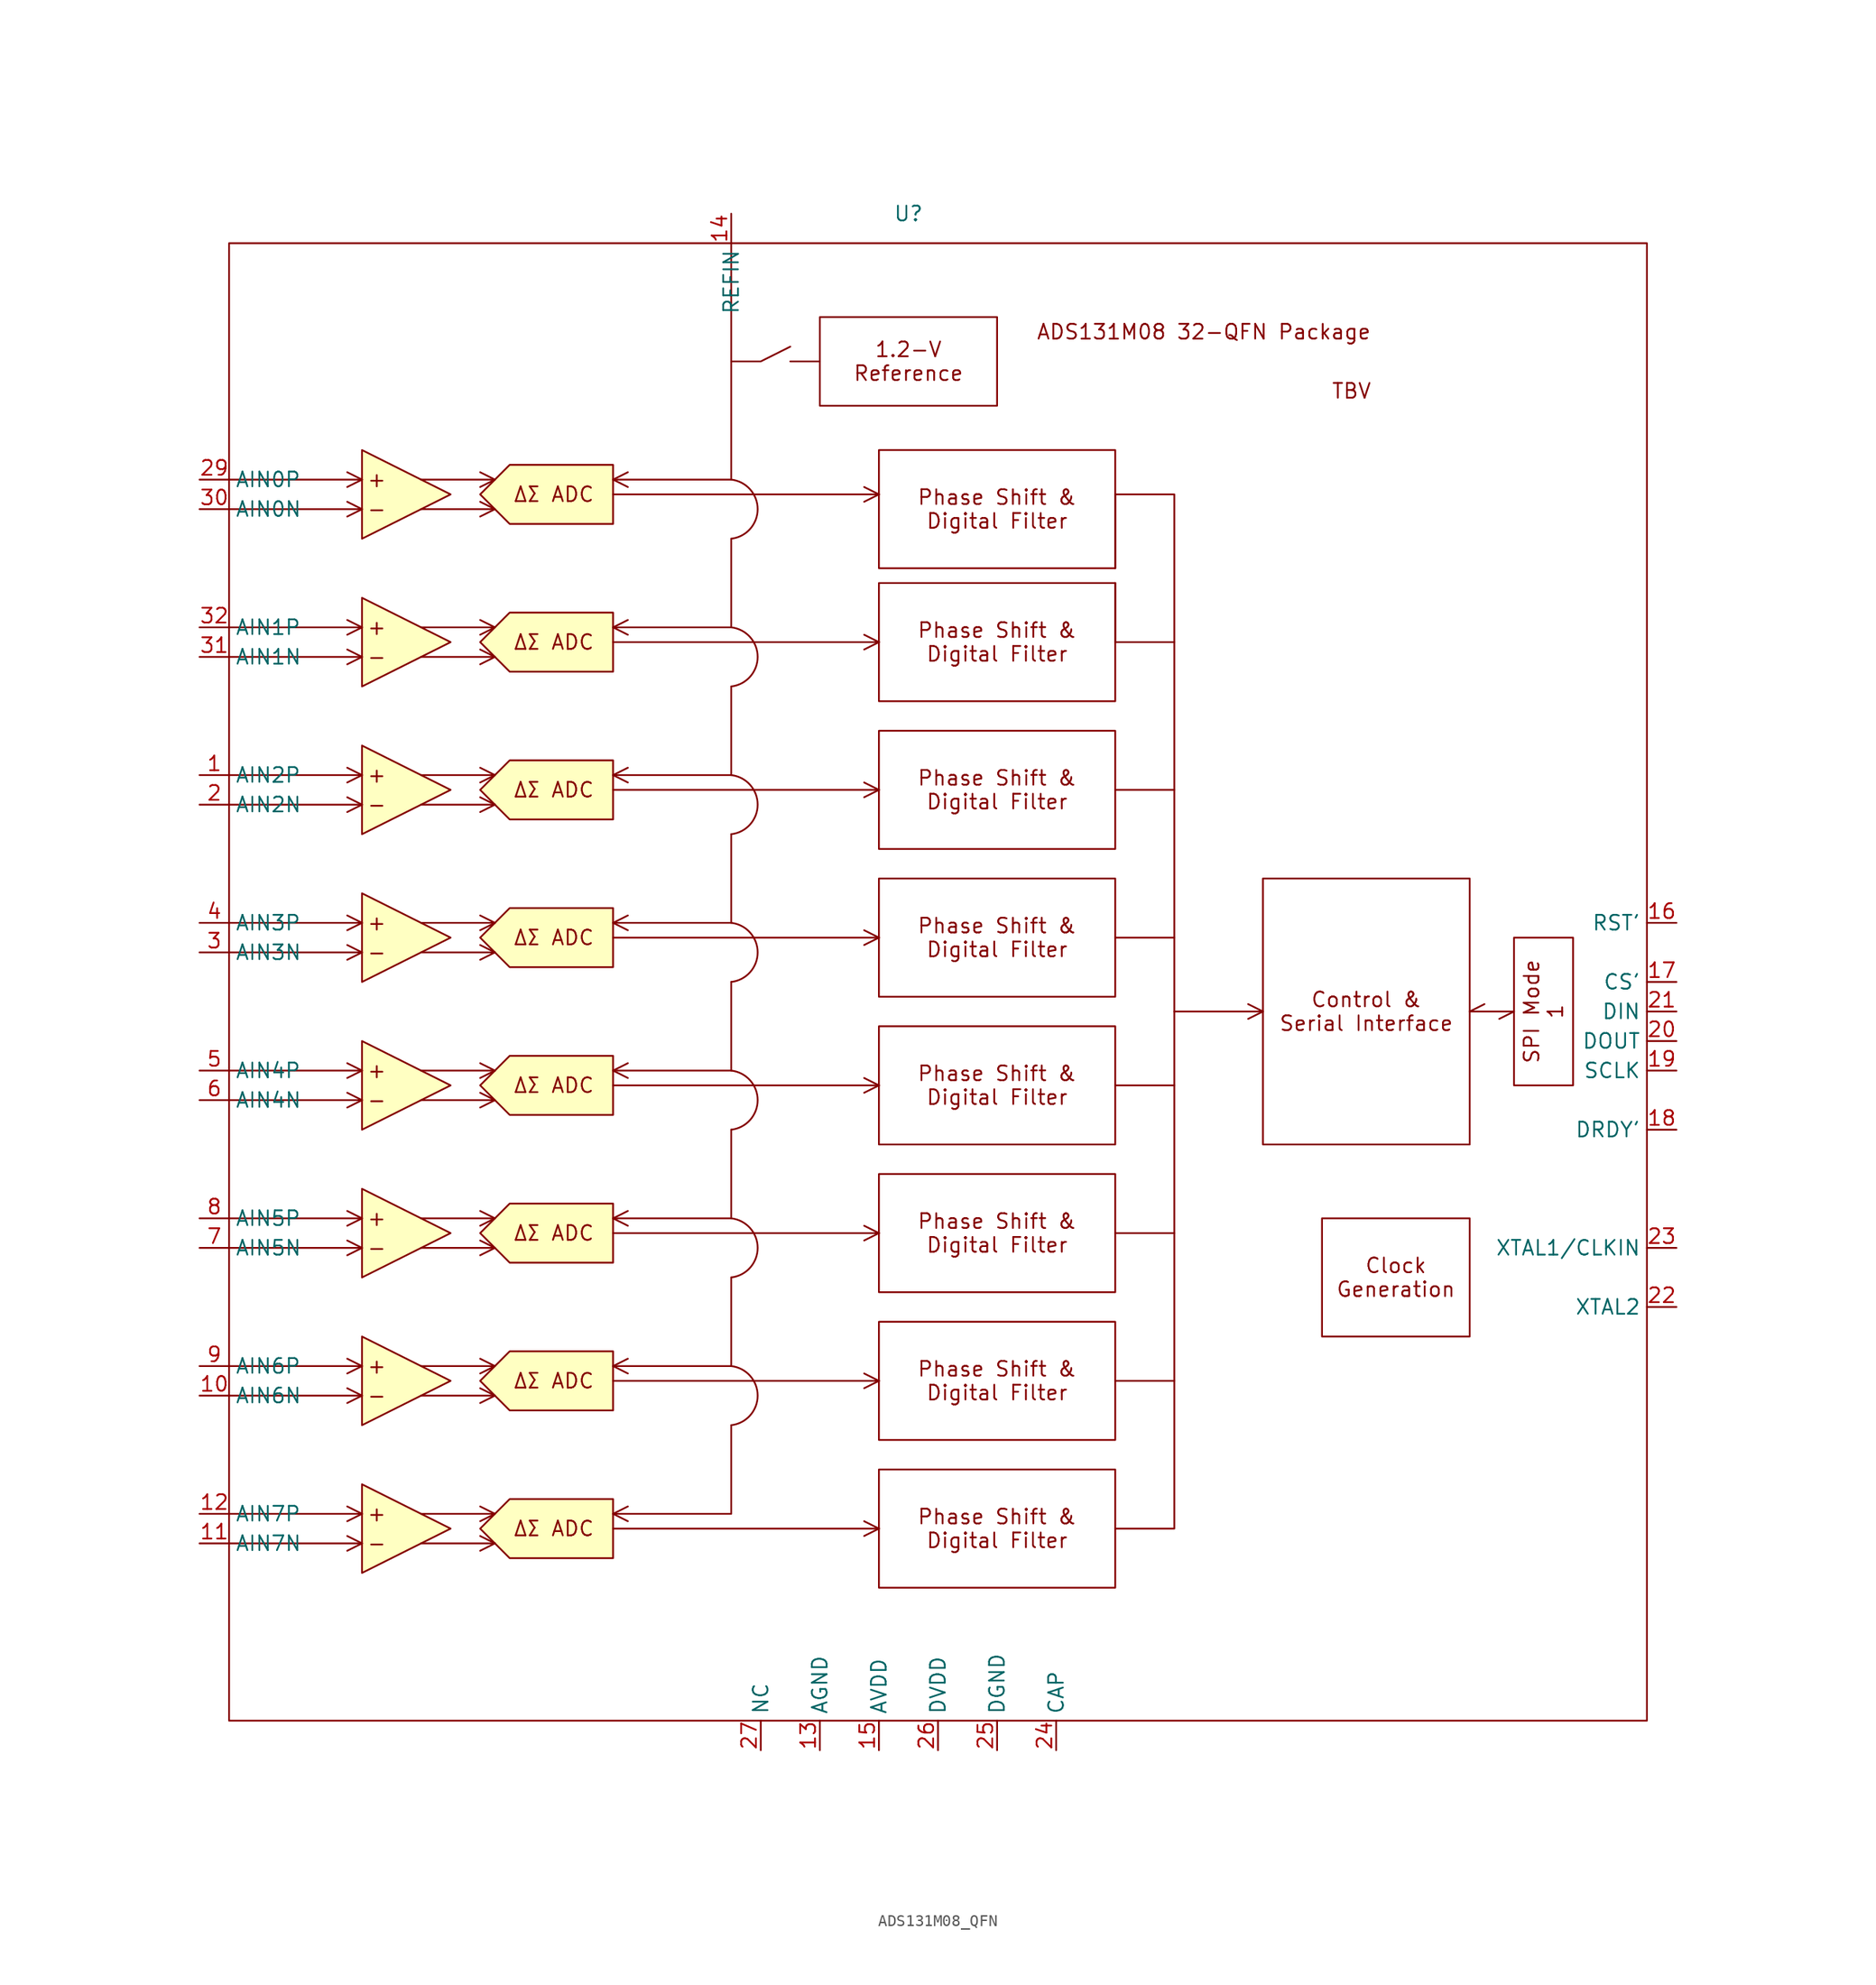
<source format=kicad_sym>
(kicad_symbol_lib
  (version 20220914)
  (generator kicad_symbol_editor)
  (symbol "ADS131M08_QFN"
    (property "Reference" "U"
      (at 30.48 30.48 0)
      (effects (font (size 1.27 1.27))))
    (property "Value" ""
      (at 91.44 -39.37 0)
      (effects (font (size 1.27 1.27))))
    (symbol "ADS131M08_QFN_0_1"
      (polyline (pts (xy 20.32 17.78) (xy 22.86 17.78)) (stroke (width 0) (type default)) (fill (type none)))
      (polyline (pts (xy 15.24 17.78) (xy 17.78 17.78) (xy 20.32 19.05)) (stroke (width 0) (type default)) (fill (type none))))
    (symbol "ADS131M08_QFN_1_1"
      (rectangle (start -27.94 27.94) (end 93.98 -99.06) (stroke (width 0) (type default)) (fill (type none)))
      (polyline (pts (xy -27.94 -83.82) (xy -16.51 -83.82)) (stroke (width 0) (type default)) (fill (type none)))
      (polyline (pts (xy -27.94 -81.28) (xy -16.51 -81.28)) (stroke (width 0) (type default)) (fill (type none)))
      (polyline (pts (xy -27.94 -71.12) (xy -16.51 -71.12)) (stroke (width 0) (type default)) (fill (type none)))
      (polyline (pts (xy -27.94 -68.58) (xy -16.51 -68.58)) (stroke (width 0) (type default)) (fill (type none)))
      (polyline (pts (xy -27.94 -58.42) (xy -16.51 -58.42)) (stroke (width 0) (type default)) (fill (type none)))
      (polyline (pts (xy -27.94 -55.88) (xy -16.51 -55.88)) (stroke (width 0) (type default)) (fill (type none)))
      (polyline (pts (xy -27.94 -45.72) (xy -16.51 -45.72)) (stroke (width 0) (type default)) (fill (type none)))
      (polyline (pts (xy -27.94 -43.18) (xy -16.51 -43.18)) (stroke (width 0) (type default)) (fill (type none)))
      (polyline (pts (xy -27.94 -33.02) (xy -16.51 -33.02)) (stroke (width 0) (type default)) (fill (type none)))
      (polyline (pts (xy -27.94 -30.48) (xy -16.51 -30.48)) (stroke (width 0) (type default)) (fill (type none)))
      (polyline (pts (xy -27.94 -20.32) (xy -16.51 -20.32)) (stroke (width 0) (type default)) (fill (type none)))
      (polyline (pts (xy -27.94 -17.78) (xy -16.51 -17.78)) (stroke (width 0) (type default)) (fill (type none)))
      (polyline (pts (xy -27.94 -7.62) (xy -16.51 -7.62)) (stroke (width 0) (type default)) (fill (type none)))
      (polyline (pts (xy -27.94 -5.08) (xy -16.51 -5.08)) (stroke (width 0) (type default)) (fill (type none)))
      (polyline (pts (xy -27.94 5.08) (xy -16.51 5.08)) (stroke (width 0) (type default)) (fill (type none)))
      (polyline (pts (xy -27.94 7.62) (xy -16.51 7.62)) (stroke (width 0) (type default)) (fill (type none)))
      (polyline (pts (xy -16.51 -83.82) (xy -17.78 -84.455)) (stroke (width 0) (type default)) (fill (type color) (color 0 0 0 0)))
      (polyline (pts (xy -16.51 -83.82) (xy -17.78 -83.185)) (stroke (width 0) (type default)) (fill (type color) (color 0 0 0 0)))
      (polyline (pts (xy -16.51 -81.28) (xy -17.78 -81.915)) (stroke (width 0) (type default)) (fill (type color) (color 0 0 0 0)))
      (polyline (pts (xy -16.51 -81.28) (xy -17.78 -80.645)) (stroke (width 0) (type default)) (fill (type color) (color 0 0 0 0)))
      (polyline (pts (xy -16.51 -71.12) (xy -17.78 -71.755)) (stroke (width 0) (type default)) (fill (type color) (color 0 0 0 0)))
      (polyline (pts (xy -16.51 -71.12) (xy -17.78 -70.485)) (stroke (width 0) (type default)) (fill (type color) (color 0 0 0 0)))
      (polyline (pts (xy -16.51 -68.58) (xy -17.78 -69.215)) (stroke (width 0) (type default)) (fill (type color) (color 0 0 0 0)))
      (polyline (pts (xy -16.51 -68.58) (xy -17.78 -67.945)) (stroke (width 0) (type default)) (fill (type color) (color 0 0 0 0)))
      (polyline (pts (xy -16.51 -58.42) (xy -17.78 -59.055)) (stroke (width 0) (type default)) (fill (type color) (color 0 0 0 0)))
      (polyline (pts (xy -16.51 -58.42) (xy -17.78 -57.785)) (stroke (width 0) (type default)) (fill (type color) (color 0 0 0 0)))
      (polyline (pts (xy -16.51 -55.88) (xy -17.78 -56.515)) (stroke (width 0) (type default)) (fill (type color) (color 0 0 0 0)))
      (polyline (pts (xy -16.51 -55.88) (xy -17.78 -55.245)) (stroke (width 0) (type default)) (fill (type color) (color 0 0 0 0)))
      (polyline (pts (xy -16.51 -45.72) (xy -17.78 -46.355)) (stroke (width 0) (type default)) (fill (type color) (color 0 0 0 0)))
      (polyline (pts (xy -16.51 -45.72) (xy -17.78 -45.085)) (stroke (width 0) (type default)) (fill (type color) (color 0 0 0 0)))
      (polyline (pts (xy -16.51 -43.18) (xy -17.78 -43.815)) (stroke (width 0) (type default)) (fill (type color) (color 0 0 0 0)))
      (polyline (pts (xy -16.51 -43.18) (xy -17.78 -42.545)) (stroke (width 0) (type default)) (fill (type color) (color 0 0 0 0)))
      (polyline (pts (xy -16.51 -33.02) (xy -17.78 -33.655)) (stroke (width 0) (type default)) (fill (type color) (color 0 0 0 0)))
      (polyline (pts (xy -16.51 -33.02) (xy -17.78 -32.385)) (stroke (width 0) (type default)) (fill (type color) (color 0 0 0 0)))
      (polyline (pts (xy -16.51 -30.48) (xy -17.78 -31.115)) (stroke (width 0) (type default)) (fill (type color) (color 0 0 0 0)))
      (polyline (pts (xy -16.51 -30.48) (xy -17.78 -29.845)) (stroke (width 0) (type default)) (fill (type color) (color 0 0 0 0)))
      (polyline (pts (xy -16.51 -20.32) (xy -17.78 -20.955)) (stroke (width 0) (type default)) (fill (type color) (color 0 0 0 0)))
      (polyline (pts (xy -16.51 -20.32) (xy -17.78 -19.685)) (stroke (width 0) (type default)) (fill (type color) (color 0 0 0 0)))
      (polyline (pts (xy -16.51 -17.78) (xy -17.78 -18.415)) (stroke (width 0) (type default)) (fill (type color) (color 0 0 0 0)))
      (polyline (pts (xy -16.51 -17.78) (xy -17.78 -17.145)) (stroke (width 0) (type default)) (fill (type color) (color 0 0 0 0)))
      (polyline (pts (xy -16.51 -7.62) (xy -17.78 -8.255)) (stroke (width 0) (type default)) (fill (type color) (color 0 0 0 0)))
      (polyline (pts (xy -16.51 -7.62) (xy -17.78 -6.985)) (stroke (width 0) (type default)) (fill (type color) (color 0 0 0 0)))
      (polyline (pts (xy -16.51 -5.08) (xy -17.78 -5.715)) (stroke (width 0) (type default)) (fill (type color) (color 0 0 0 0)))
      (polyline (pts (xy -16.51 -5.08) (xy -17.78 -4.445)) (stroke (width 0) (type default)) (fill (type color) (color 0 0 0 0)))
      (polyline (pts (xy -16.51 5.08) (xy -17.78 4.445)) (stroke (width 0) (type default)) (fill (type color) (color 0 0 0 0)))
      (polyline (pts (xy -16.51 5.08) (xy -17.78 5.715)) (stroke (width 0) (type default)) (fill (type color) (color 0 0 0 0)))
      (polyline (pts (xy -16.51 7.62) (xy -17.78 6.985)) (stroke (width 0) (type default)) (fill (type color) (color 0 0 0 0)))
      (polyline (pts (xy -16.51 7.62) (xy -17.78 8.255)) (stroke (width 0) (type default)) (fill (type color) (color 0 0 0 0)))
      (polyline (pts (xy -11.43 -83.82) (xy -5.08 -83.82)) (stroke (width 0) (type default)) (fill (type none)))
      (polyline (pts (xy -11.43 -81.28) (xy -5.08 -81.28)) (stroke (width 0) (type default)) (fill (type none)))
      (polyline (pts (xy -11.43 -71.12) (xy -5.08 -71.12)) (stroke (width 0) (type default)) (fill (type none)))
      (polyline (pts (xy -11.43 -68.58) (xy -5.08 -68.58)) (stroke (width 0) (type default)) (fill (type none)))
      (polyline (pts (xy -11.43 -58.42) (xy -5.08 -58.42)) (stroke (width 0) (type default)) (fill (type none)))
      (polyline (pts (xy -11.43 -55.88) (xy -5.08 -55.88)) (stroke (width 0) (type default)) (fill (type none)))
      (polyline (pts (xy -11.43 -45.72) (xy -5.08 -45.72)) (stroke (width 0) (type default)) (fill (type none)))
      (polyline (pts (xy -11.43 -43.18) (xy -5.08 -43.18)) (stroke (width 0) (type default)) (fill (type none)))
      (polyline (pts (xy -11.43 -33.02) (xy -5.08 -33.02)) (stroke (width 0) (type default)) (fill (type none)))
      (polyline (pts (xy -11.43 -30.48) (xy -5.08 -30.48)) (stroke (width 0) (type default)) (fill (type none)))
      (polyline (pts (xy -11.43 -20.32) (xy -5.08 -20.32)) (stroke (width 0) (type default)) (fill (type none)))
      (polyline (pts (xy -11.43 -17.78) (xy -5.08 -17.78)) (stroke (width 0) (type default)) (fill (type none)))
      (polyline (pts (xy -11.43 -7.62) (xy -5.08 -7.62)) (stroke (width 0) (type default)) (fill (type none)))
      (polyline (pts (xy -11.43 -5.08) (xy -5.08 -5.08)) (stroke (width 0) (type default)) (fill (type none)))
      (polyline (pts (xy -11.43 5.08) (xy -5.08 5.08)) (stroke (width 0) (type default)) (fill (type none)))
      (polyline (pts (xy -11.43 7.62) (xy -5.08 7.62)) (stroke (width 0) (type default)) (fill (type none)))
      (polyline (pts (xy -5.08 -83.82) (xy -6.35 -84.455)) (stroke (width 0) (type default)) (fill (type color) (color 0 0 0 0)))
      (polyline (pts (xy -5.08 -83.82) (xy -6.35 -83.185)) (stroke (width 0) (type default)) (fill (type color) (color 0 0 0 0)))
      (polyline (pts (xy -5.08 -81.28) (xy -6.35 -81.915)) (stroke (width 0) (type default)) (fill (type color) (color 0 0 0 0)))
      (polyline (pts (xy -5.08 -81.28) (xy -6.35 -80.645)) (stroke (width 0) (type default)) (fill (type color) (color 0 0 0 0)))
      (polyline (pts (xy -5.08 -71.12) (xy -6.35 -71.755)) (stroke (width 0) (type default)) (fill (type color) (color 0 0 0 0)))
      (polyline (pts (xy -5.08 -71.12) (xy -6.35 -70.485)) (stroke (width 0) (type default)) (fill (type color) (color 0 0 0 0)))
      (polyline (pts (xy -5.08 -68.58) (xy -6.35 -69.215)) (stroke (width 0) (type default)) (fill (type color) (color 0 0 0 0)))
      (polyline (pts (xy -5.08 -68.58) (xy -6.35 -67.945)) (stroke (width 0) (type default)) (fill (type color) (color 0 0 0 0)))
      (polyline (pts (xy -5.08 -58.42) (xy -6.35 -59.055)) (stroke (width 0) (type default)) (fill (type color) (color 0 0 0 0)))
      (polyline (pts (xy -5.08 -58.42) (xy -6.35 -57.785)) (stroke (width 0) (type default)) (fill (type color) (color 0 0 0 0)))
      (polyline (pts (xy -5.08 -55.88) (xy -6.35 -56.515)) (stroke (width 0) (type default)) (fill (type color) (color 0 0 0 0)))
      (polyline (pts (xy -5.08 -55.88) (xy -6.35 -55.245)) (stroke (width 0) (type default)) (fill (type color) (color 0 0 0 0)))
      (polyline (pts (xy -5.08 -45.72) (xy -6.35 -46.355)) (stroke (width 0) (type default)) (fill (type color) (color 0 0 0 0)))
      (polyline (pts (xy -5.08 -45.72) (xy -6.35 -45.085)) (stroke (width 0) (type default)) (fill (type color) (color 0 0 0 0)))
      (polyline (pts (xy -5.08 -43.18) (xy -6.35 -43.815)) (stroke (width 0) (type default)) (fill (type color) (color 0 0 0 0)))
      (polyline (pts (xy -5.08 -43.18) (xy -6.35 -42.545)) (stroke (width 0) (type default)) (fill (type color) (color 0 0 0 0)))
      (polyline (pts (xy -5.08 -33.02) (xy -6.35 -33.655)) (stroke (width 0) (type default)) (fill (type color) (color 0 0 0 0)))
      (polyline (pts (xy -5.08 -33.02) (xy -6.35 -32.385)) (stroke (width 0) (type default)) (fill (type color) (color 0 0 0 0)))
      (polyline (pts (xy -5.08 -30.48) (xy -6.35 -31.115)) (stroke (width 0) (type default)) (fill (type color) (color 0 0 0 0)))
      (polyline (pts (xy -5.08 -30.48) (xy -6.35 -29.845)) (stroke (width 0) (type default)) (fill (type color) (color 0 0 0 0)))
      (polyline (pts (xy -5.08 -20.32) (xy -6.35 -20.955)) (stroke (width 0) (type default)) (fill (type color) (color 0 0 0 0)))
      (polyline (pts (xy -5.08 -20.32) (xy -6.35 -19.685)) (stroke (width 0) (type default)) (fill (type color) (color 0 0 0 0)))
      (polyline (pts (xy -5.08 -17.78) (xy -6.35 -18.415)) (stroke (width 0) (type default)) (fill (type color) (color 0 0 0 0)))
      (polyline (pts (xy -5.08 -17.78) (xy -6.35 -17.145)) (stroke (width 0) (type default)) (fill (type color) (color 0 0 0 0)))
      (polyline (pts (xy -5.08 -7.62) (xy -6.35 -8.255)) (stroke (width 0) (type default)) (fill (type color) (color 0 0 0 0)))
      (polyline (pts (xy -5.08 -7.62) (xy -6.35 -6.985)) (stroke (width 0) (type default)) (fill (type color) (color 0 0 0 0)))
      (polyline (pts (xy -5.08 -5.08) (xy -6.35 -5.715)) (stroke (width 0) (type default)) (fill (type color) (color 0 0 0 0)))
      (polyline (pts (xy -5.08 -5.08) (xy -6.35 -4.445)) (stroke (width 0) (type default)) (fill (type color) (color 0 0 0 0)))
      (polyline (pts (xy -5.08 5.08) (xy -6.35 4.445)) (stroke (width 0) (type default)) (fill (type color) (color 0 0 0 0)))
      (polyline (pts (xy -5.08 5.08) (xy -6.35 5.715)) (stroke (width 0) (type default)) (fill (type color) (color 0 0 0 0)))
      (polyline (pts (xy -5.08 7.62) (xy -6.35 6.985)) (stroke (width 0) (type default)) (fill (type color) (color 0 0 0 0)))
      (polyline (pts (xy -5.08 7.62) (xy -6.35 8.255)) (stroke (width 0) (type default)) (fill (type color) (color 0 0 0 0)))
      (polyline (pts (xy 5.08 -82.55) (xy 27.94 -82.55)) (stroke (width 0) (type default)) (fill (type color) (color 0 0 0 0)))
      (polyline (pts (xy 5.08 -81.28) (xy 6.35 -81.915)) (stroke (width 0) (type default)) (fill (type color) (color 0 0 0 0)))
      (polyline (pts (xy 5.08 -81.28) (xy 6.35 -80.645)) (stroke (width 0) (type default)) (fill (type color) (color 0 0 0 0)))
      (polyline (pts (xy 5.08 -69.85) (xy 27.94 -69.85)) (stroke (width 0) (type default)) (fill (type color) (color 0 0 0 0)))
      (polyline (pts (xy 5.08 -68.58) (xy 6.35 -69.215)) (stroke (width 0) (type default)) (fill (type color) (color 0 0 0 0)))
      (polyline (pts (xy 5.08 -68.58) (xy 6.35 -67.945)) (stroke (width 0) (type default)) (fill (type color) (color 0 0 0 0)))
      (polyline (pts (xy 5.08 -57.15) (xy 27.94 -57.15)) (stroke (width 0) (type default)) (fill (type color) (color 0 0 0 0)))
      (polyline (pts (xy 5.08 -55.88) (xy 6.35 -56.515)) (stroke (width 0) (type default)) (fill (type color) (color 0 0 0 0)))
      (polyline (pts (xy 5.08 -55.88) (xy 6.35 -55.245)) (stroke (width 0) (type default)) (fill (type color) (color 0 0 0 0)))
      (polyline (pts (xy 5.08 -44.45) (xy 27.94 -44.45)) (stroke (width 0) (type default)) (fill (type color) (color 0 0 0 0)))
      (polyline (pts (xy 5.08 -43.18) (xy 6.35 -43.815)) (stroke (width 0) (type default)) (fill (type color) (color 0 0 0 0)))
      (polyline (pts (xy 5.08 -43.18) (xy 6.35 -42.545)) (stroke (width 0) (type default)) (fill (type color) (color 0 0 0 0)))
      (polyline (pts (xy 5.08 -31.75) (xy 27.94 -31.75)) (stroke (width 0) (type default)) (fill (type color) (color 0 0 0 0)))
      (polyline (pts (xy 5.08 -30.48) (xy 6.35 -31.115)) (stroke (width 0) (type default)) (fill (type color) (color 0 0 0 0)))
      (polyline (pts (xy 5.08 -30.48) (xy 6.35 -29.845)) (stroke (width 0) (type default)) (fill (type color) (color 0 0 0 0)))
      (polyline (pts (xy 5.08 -19.05) (xy 27.94 -19.05)) (stroke (width 0) (type default)) (fill (type color) (color 0 0 0 0)))
      (polyline (pts (xy 5.08 -17.78) (xy 6.35 -18.415)) (stroke (width 0) (type default)) (fill (type color) (color 0 0 0 0)))
      (polyline (pts (xy 5.08 -17.78) (xy 6.35 -17.145)) (stroke (width 0) (type default)) (fill (type color) (color 0 0 0 0)))
      (polyline (pts (xy 5.08 -6.35) (xy 27.94 -6.35)) (stroke (width 0) (type default)) (fill (type color) (color 0 0 0 0)))
      (polyline (pts (xy 5.08 -5.08) (xy 6.35 -5.715)) (stroke (width 0) (type default)) (fill (type color) (color 0 0 0 0)))
      (polyline (pts (xy 5.08 -5.08) (xy 6.35 -4.445)) (stroke (width 0) (type default)) (fill (type color) (color 0 0 0 0)))
      (polyline (pts (xy 5.08 6.35) (xy 27.94 6.35)) (stroke (width 0) (type default)) (fill (type color) (color 0 0 0 0)))
      (polyline (pts (xy 5.08 7.62) (xy 6.35 6.985)) (stroke (width 0) (type default)) (fill (type color) (color 0 0 0 0)))
      (polyline (pts (xy 5.08 7.62) (xy 6.35 8.255)) (stroke (width 0) (type default)) (fill (type color) (color 0 0 0 0)))
      (polyline (pts (xy 27.94 -82.55) (xy 26.67 -83.185)) (stroke (width 0) (type default)) (fill (type color) (color 0 0 0 0)))
      (polyline (pts (xy 27.94 -82.55) (xy 26.67 -81.915)) (stroke (width 0) (type default)) (fill (type color) (color 0 0 0 0)))
      (polyline (pts (xy 27.94 -69.85) (xy 26.67 -70.485)) (stroke (width 0) (type default)) (fill (type color) (color 0 0 0 0)))
      (polyline (pts (xy 27.94 -69.85) (xy 26.67 -69.215)) (stroke (width 0) (type default)) (fill (type color) (color 0 0 0 0)))
      (polyline (pts (xy 27.94 -57.15) (xy 26.67 -57.785)) (stroke (width 0) (type default)) (fill (type color) (color 0 0 0 0)))
      (polyline (pts (xy 27.94 -57.15) (xy 26.67 -56.515)) (stroke (width 0) (type default)) (fill (type color) (color 0 0 0 0)))
      (polyline (pts (xy 27.94 -44.45) (xy 26.67 -45.085)) (stroke (width 0) (type default)) (fill (type color) (color 0 0 0 0)))
      (polyline (pts (xy 27.94 -44.45) (xy 26.67 -43.815)) (stroke (width 0) (type default)) (fill (type color) (color 0 0 0 0)))
      (polyline (pts (xy 27.94 -31.75) (xy 26.67 -32.385)) (stroke (width 0) (type default)) (fill (type color) (color 0 0 0 0)))
      (polyline (pts (xy 27.94 -31.75) (xy 26.67 -31.115)) (stroke (width 0) (type default)) (fill (type color) (color 0 0 0 0)))
      (polyline (pts (xy 27.94 -19.05) (xy 26.67 -19.685)) (stroke (width 0) (type default)) (fill (type color) (color 0 0 0 0)))
      (polyline (pts (xy 27.94 -19.05) (xy 26.67 -18.415)) (stroke (width 0) (type default)) (fill (type color) (color 0 0 0 0)))
      (polyline (pts (xy 27.94 -6.35) (xy 26.67 -6.985)) (stroke (width 0) (type default)) (fill (type color) (color 0 0 0 0)))
      (polyline (pts (xy 27.94 -6.35) (xy 26.67 -5.715)) (stroke (width 0) (type default)) (fill (type color) (color 0 0 0 0)))
      (polyline (pts (xy 27.94 6.35) (xy 26.67 5.715)) (stroke (width 0) (type default)) (fill (type color) (color 0 0 0 0)))
      (polyline (pts (xy 27.94 6.35) (xy 26.67 6.985)) (stroke (width 0) (type default)) (fill (type color) (color 0 0 0 0)))
      (polyline (pts (xy 48.26 -1.27) (xy 48.26 -6.35)) (stroke (width 0) (type default)) (fill (type color) (color 0 0 0 0)))
      (polyline (pts (xy 48.26 6.35) (xy 48.26 0)) (stroke (width 0) (type default)) (fill (type color) (color 0 0 0 0)))
      (polyline (pts (xy 53.34 -38.1) (xy 60.96 -38.1)) (stroke (width 0) (type default)) (fill (type color) (color 0 0 0 0)))
      (polyline (pts (xy 60.96 -38.1) (xy 59.69 -38.735)) (stroke (width 0) (type default)) (fill (type color) (color 0 0 0 0)))
      (polyline (pts (xy 60.96 -38.1) (xy 59.69 -37.465)) (stroke (width 0) (type default)) (fill (type color) (color 0 0 0 0)))
      (polyline (pts (xy 78.74 -38.1) (xy 80.01 -37.465)) (stroke (width 0) (type default)) (fill (type color) (color 0 0 0 0)))
      (polyline (pts (xy 82.55 -38.1) (xy 78.74 -38.1)) (stroke (width 0) (type default)) (fill (type color) (color 0 0 0 0)))
      (polyline (pts (xy 82.55 -38.1) (xy 81.28 -38.735)) (stroke (width 0) (type default)) (fill (type color) (color 0 0 0 0)))
      (polyline (pts (xy 15.24 -73.66) (xy 15.24 -81.28) (xy 5.08 -81.28)) (stroke (width 0) (type default)) (fill (type color) (color 0 0 0 0)))
      (polyline (pts (xy 15.24 -60.96) (xy 15.24 -68.58) (xy 5.08 -68.58)) (stroke (width 0) (type default)) (fill (type color) (color 0 0 0 0)))
      (polyline (pts (xy 15.24 -48.26) (xy 15.24 -55.88) (xy 5.08 -55.88)) (stroke (width 0) (type default)) (fill (type color) (color 0 0 0 0)))
      (polyline (pts (xy 15.24 -35.56) (xy 15.24 -43.18) (xy 5.08 -43.18)) (stroke (width 0) (type default)) (fill (type color) (color 0 0 0 0)))
      (polyline (pts (xy 15.24 -22.86) (xy 15.24 -30.48) (xy 5.08 -30.48)) (stroke (width 0) (type default)) (fill (type color) (color 0 0 0 0)))
      (polyline (pts (xy 15.24 -10.16) (xy 15.24 -17.78) (xy 5.08 -17.78)) (stroke (width 0) (type default)) (fill (type color) (color 0 0 0 0)))
      (polyline (pts (xy 15.24 2.54) (xy 15.24 -5.08) (xy 5.08 -5.08)) (stroke (width 0) (type default)) (fill (type color) (color 0 0 0 0)))
      (polyline (pts (xy 15.24 27.94) (xy 15.24 7.62) (xy 5.08 7.62)) (stroke (width 0) (type default)) (fill (type color) (color 0 0 0 0)))
      (polyline (pts (xy 48.26 -82.55) (xy 53.34 -82.55) (xy 53.34 -69.85)) (stroke (width 0) (type default)) (fill (type none)))
      (polyline (pts (xy 48.26 -69.85) (xy 53.34 -69.85) (xy 53.34 -57.15)) (stroke (width 0) (type default)) (fill (type none)))
      (polyline (pts (xy 48.26 -57.15) (xy 53.34 -57.15) (xy 53.34 -44.45)) (stroke (width 0) (type default)) (fill (type none)))
      (polyline (pts (xy 48.26 -44.45) (xy 53.34 -44.45) (xy 53.34 -31.75)) (stroke (width 0) (type default)) (fill (type none)))
      (polyline (pts (xy 48.26 -31.75) (xy 53.34 -31.75) (xy 53.34 -19.05)) (stroke (width 0) (type default)) (fill (type none)))
      (polyline (pts (xy 48.26 -19.05) (xy 53.34 -19.05) (xy 53.34 -6.35)) (stroke (width 0) (type default)) (fill (type none)))
      (polyline (pts (xy -16.51 -86.36) (xy -8.89 -82.55) (xy -16.51 -78.74) (xy -16.51 -86.36)) (stroke (width 0) (type default)) (fill (type background)))
      (polyline (pts (xy -16.51 -73.66) (xy -8.89 -69.85) (xy -16.51 -66.04) (xy -16.51 -73.66)) (stroke (width 0) (type default)) (fill (type background)))
      (polyline (pts (xy -16.51 -60.96) (xy -8.89 -57.15) (xy -16.51 -53.34) (xy -16.51 -60.96)) (stroke (width 0) (type default)) (fill (type background)))
      (polyline (pts (xy -16.51 -48.26) (xy -8.89 -44.45) (xy -16.51 -40.64) (xy -16.51 -48.26)) (stroke (width 0) (type default)) (fill (type background)))
      (polyline (pts (xy -16.51 -35.56) (xy -8.89 -31.75) (xy -16.51 -27.94) (xy -16.51 -35.56)) (stroke (width 0) (type default)) (fill (type background)))
      (polyline (pts (xy -16.51 -22.86) (xy -8.89 -19.05) (xy -16.51 -15.24) (xy -16.51 -22.86)) (stroke (width 0) (type default)) (fill (type background)))
      (polyline (pts (xy -16.51 -10.16) (xy -8.89 -6.35) (xy -16.51 -2.54) (xy -16.51 -10.16)) (stroke (width 0) (type default)) (fill (type background)))
      (polyline (pts (xy -16.51 2.54) (xy -8.89 6.35) (xy -16.51 10.16) (xy -16.51 2.54)) (stroke (width 0) (type default)) (fill (type background)))
      (polyline (pts (xy 48.26 6.35) (xy 53.34 6.35) (xy 53.34 -6.35) (xy 48.26 -6.35)) (stroke (width 0) (type default)) (fill (type color) (color 0 0 0 0)))
      (polyline (pts (xy -6.35 -82.55) (xy -3.81 -80.01) (xy 5.08 -80.01) (xy 5.08 -85.09) (xy -3.81 -85.09) (xy -6.35 -82.55)) (stroke (width 0) (type default)) (fill (type background)))
      (polyline (pts (xy -6.35 -69.85) (xy -3.81 -67.31) (xy 5.08 -67.31) (xy 5.08 -72.39) (xy -3.81 -72.39) (xy -6.35 -69.85)) (stroke (width 0) (type default)) (fill (type background)))
      (polyline (pts (xy -6.35 -57.15) (xy -3.81 -54.61) (xy 5.08 -54.61) (xy 5.08 -59.69) (xy -3.81 -59.69) (xy -6.35 -57.15)) (stroke (width 0) (type default)) (fill (type background)))
      (polyline (pts (xy -6.35 -44.45) (xy -3.81 -41.91) (xy 5.08 -41.91) (xy 5.08 -46.99) (xy -3.81 -46.99) (xy -6.35 -44.45)) (stroke (width 0) (type default)) (fill (type background)))
      (polyline (pts (xy -6.35 -31.75) (xy -3.81 -29.21) (xy 5.08 -29.21) (xy 5.08 -34.29) (xy -3.81 -34.29) (xy -6.35 -31.75)) (stroke (width 0) (type default)) (fill (type background)))
      (polyline (pts (xy -6.35 -19.05) (xy -3.81 -16.51) (xy 5.08 -16.51) (xy 5.08 -21.59) (xy -3.81 -21.59) (xy -6.35 -19.05)) (stroke (width 0) (type default)) (fill (type background)))
      (polyline (pts (xy -6.35 -6.35) (xy -3.81 -3.81) (xy 5.08 -3.81) (xy 5.08 -8.89) (xy -3.81 -8.89) (xy -6.35 -6.35)) (stroke (width 0) (type default)) (fill (type background)))
      (polyline (pts (xy -6.35 6.35) (xy -3.81 8.89) (xy 5.08 8.89) (xy 5.08 3.81) (xy -3.81 3.81) (xy -6.35 6.35)) (stroke (width 0) (type default)) (fill (type background)))
      (arc (start 15.24 -73.66) (mid 17.5127 -71.12) (end 15.24 -68.58) (stroke (width 0) (type default)) (fill (type color) (color 0 0 0 0)))
      (arc (start 15.24 -60.96) (mid 17.5127 -58.42) (end 15.24 -55.88) (stroke (width 0) (type default)) (fill (type color) (color 0 0 0 0)))
      (arc (start 15.24 -48.26) (mid 17.5127 -45.72) (end 15.24 -43.18) (stroke (width 0) (type default)) (fill (type color) (color 0 0 0 0)))
      (arc (start 15.24 -35.56) (mid 17.5127 -33.02) (end 15.24 -30.48) (stroke (width 0) (type default)) (fill (type color) (color 0 0 0 0)))
      (arc (start 15.24 -22.86) (mid 17.5127 -20.32) (end 15.24 -17.78) (stroke (width 0) (type default)) (fill (type color) (color 0 0 0 0)))
      (arc (start 15.24 -10.16) (mid 17.5127 -7.62) (end 15.24 -5.08) (stroke (width 0) (type default)) (fill (type color) (color 0 0 0 0)))
      (arc (start 15.24 2.54) (mid 17.5127 5.08) (end 15.24 7.62) (stroke (width 0) (type default)) (fill (type color) (color 0 0 0 0)))
      (text "+" (at -15.24 -81.28 0) (effects (font (size 1.27 1.27))))
      (text "+" (at -15.24 -68.58 0) (effects (font (size 1.27 1.27))))
      (text "+" (at -15.24 -55.88 0) (effects (font (size 1.27 1.27))))
      (text "+" (at -15.24 -43.18 0) (effects (font (size 1.27 1.27))))
      (text "+" (at -15.24 -30.48 0) (effects (font (size 1.27 1.27))))
      (text "+" (at -15.24 -17.78 0) (effects (font (size 1.27 1.27))))
      (text "+" (at -15.24 -5.08 0) (effects (font (size 1.27 1.27))))
      (text "+" (at -15.24 7.62 0) (effects (font (size 1.27 1.27))))
      (text "-" (at -15.24 -83.82 0) (effects (font (size 1.27 1.27))))
      (text "-" (at -15.24 -71.12 0) (effects (font (size 1.27 1.27))))
      (text "-" (at -15.24 -58.42 0) (effects (font (size 1.27 1.27))))
      (text "-" (at -15.24 -45.72 0) (effects (font (size 1.27 1.27))))
      (text "-" (at -15.24 -33.02 0) (effects (font (size 1.27 1.27))))
      (text "-" (at -15.24 -20.32 0) (effects (font (size 1.27 1.27))))
      (text "-" (at -15.24 -7.62 0) (effects (font (size 1.27 1.27))))
      (text "-" (at -15.24 5.08 0) (effects (font (size 1.27 1.27))))
      (text "ADS131M08 32-QFN Package" (at 55.88 20.32 0) (effects (font (size 1.27 1.27))))
      (text "TBV" (at 68.58 15.24 0) (effects (font (size 1.27 1.27))))
      (text "ΔΣ ADC" (at 0 -82.55 0) (effects (font (size 1.27 1.27))))
      (text "ΔΣ ADC" (at 0 -69.85 0) (effects (font (size 1.27 1.27))))
      (text "ΔΣ ADC" (at 0 -57.15 0) (effects (font (size 1.27 1.27))))
      (text "ΔΣ ADC" (at 0 -44.45 0) (effects (font (size 1.27 1.27))))
      (text "ΔΣ ADC" (at 0 -31.75 0) (effects (font (size 1.27 1.27))))
      (text "ΔΣ ADC" (at 0 -19.05 0) (effects (font (size 1.27 1.27))))
      (text "ΔΣ ADC" (at 0 -6.35 0) (effects (font (size 1.27 1.27))))
      (text "ΔΣ ADC" (at 0 6.35 0) (effects (font (size 1.27 1.27))))
      (text_box "1.2-V\nReference" (at 22.86 21.59 0) (size 15.24 -7.62) (stroke (width 0) (type default)) (fill (type color) (color 0 0 0 0)) (effects (font (size 1.27 1.27))))
      (text_box "Clock\nGeneration" (at 66.04 -55.88 0) (size 12.7 -10.16) (stroke (width 0) (type default)) (fill (type color) (color 0 0 0 0)) (effects (font (size 1.27 1.27))))
      (text_box "Control &\nSerial Interface" (at 60.96 -26.67 0) (size 17.78 -22.86) (stroke (width 0) (type default)) (fill (type color) (color 0 0 0 0)) (effects (font (size 1.27 1.27))))
      (text_box "Phase Shift &\nDigital Filter" (at 27.94 -77.47 0) (size 20.32 -10.16) (stroke (width 0) (type default)) (fill (type color) (color 0 0 0 0)) (effects (font (size 1.27 1.27))))
      (text_box "Phase Shift &\nDigital Filter" (at 27.94 -64.77 0) (size 20.32 -10.16) (stroke (width 0) (type default)) (fill (type color) (color 0 0 0 0)) (effects (font (size 1.27 1.27))))
      (text_box "Phase Shift &\nDigital Filter" (at 27.94 -52.07 0) (size 20.32 -10.16) (stroke (width 0) (type default)) (fill (type color) (color 0 0 0 0)) (effects (font (size 1.27 1.27))))
      (text_box "Phase Shift &\nDigital Filter" (at 27.94 -39.37 0) (size 20.32 -10.16) (stroke (width 0) (type default)) (fill (type color) (color 0 0 0 0)) (effects (font (size 1.27 1.27))))
      (text_box "Phase Shift &\nDigital Filter" (at 27.94 -26.67 0) (size 20.32 -10.16) (stroke (width 0) (type default)) (fill (type color) (color 0 0 0 0)) (effects (font (size 1.27 1.27))))
      (text_box "Phase Shift &\nDigital Filter" (at 27.94 -13.97 0) (size 20.32 -10.16) (stroke (width 0) (type default)) (fill (type color) (color 0 0 0 0)) (effects (font (size 1.27 1.27))))
      (text_box "Phase Shift &\nDigital Filter" (at 27.94 -1.27 0) (size 20.32 -10.16) (stroke (width 0) (type default)) (fill (type color) (color 0 0 0 0)) (effects (font (size 1.27 1.27))))
      (text_box "Phase Shift &\nDigital Filter" (at 27.94 10.16 0) (size 20.32 -10.16) (stroke (width 0) (type default)) (fill (type color) (color 0 0 0 0)) (effects (font (size 1.27 1.27))))
      (text_box "SPI Mode 1" (at 82.55 -31.75 90) (size 5.08 -12.7) (stroke (width 0) (type default)) (fill (type color) (color 0 0 0 0)) (effects (font (size 1.27 1.27))))
      (pin input line (at -30.48 -17.78 0) (length 2.54) (name "AIN2P" (effects (font (size 1.27 1.27)))) (number "1" (effects (font (size 1.27 1.27)))))
      (pin input line (at -30.48 -71.12 0) (length 2.54) (name "AIN6N" (effects (font (size 1.27 1.27)))) (number "10" (effects (font (size 1.27 1.27)))))
      (pin input line (at -30.48 -83.82 0) (length 2.54) (name "AIN7N" (effects (font (size 1.27 1.27)))) (number "11" (effects (font (size 1.27 1.27)))))
      (pin input line (at -30.48 -81.28 0) (length 2.54) (name "AIN7P" (effects (font (size 1.27 1.27)))) (number "12" (effects (font (size 1.27 1.27)))))
      (pin input line (at 22.86 -101.6 90) (length 2.54) (name "AGND" (effects (font (size 1.27 1.27)))) (number "13" (effects (font (size 1.27 1.27)))))
      (pin input line (at 15.24 30.48 270) (length 2.54) (name "REFIN" (effects (font (size 1.27 1.27)))) (number "14" (effects (font (size 1.27 1.27)))))
      (pin input line (at 27.94 -101.6 90) (length 2.54) (name "AVDD" (effects (font (size 1.27 1.27)))) (number "15" (effects (font (size 1.27 1.27)))))
      (pin input line (at 96.52 -30.48 180) (length 2.54) (name "RST'" (effects (font (size 1.27 1.27)))) (number "16" (effects (font (size 1.27 1.27)))))
      (pin input line (at 96.52 -35.56 180) (length 2.54) (name "CS'" (effects (font (size 1.27 1.27)))) (number "17" (effects (font (size 1.27 1.27)))))
      (pin input line (at 96.52 -48.26 180) (length 2.54) (name "DRDY'" (effects (font (size 1.27 1.27)))) (number "18" (effects (font (size 1.27 1.27)))))
      (pin input line (at 96.52 -43.18 180) (length 2.54) (name "SCLK" (effects (font (size 1.27 1.27)))) (number "19" (effects (font (size 1.27 1.27)))))
      (pin input line (at -30.48 -20.32 0) (length 2.54) (name "AIN2N" (effects (font (size 1.27 1.27)))) (number "2" (effects (font (size 1.27 1.27)))))
      (pin input line (at 96.52 -40.64 180) (length 2.54) (name "DOUT" (effects (font (size 1.27 1.27)))) (number "20" (effects (font (size 1.27 1.27)))))
      (pin input line (at 96.52 -38.1 180) (length 2.54) (name "DIN" (effects (font (size 1.27 1.27)))) (number "21" (effects (font (size 1.27 1.27)))))
      (pin input line (at 96.52 -63.5 180) (length 2.54) (name "XTAL2" (effects (font (size 1.27 1.27)))) (number "22" (effects (font (size 1.27 1.27)))))
      (pin input line (at 96.52 -58.42 180) (length 2.54) (name "XTAL1/CLKIN" (effects (font (size 1.27 1.27)))) (number "23" (effects (font (size 1.27 1.27)))))
      (pin input line (at 43.18 -101.6 90) (length 2.54) (name "CAP" (effects (font (size 1.27 1.27)))) (number "24" (effects (font (size 1.27 1.27)))))
      (pin input line (at 38.1 -101.6 90) (length 2.54) (name "DGND" (effects (font (size 1.27 1.27)))) (number "25" (effects (font (size 1.27 1.27)))))
      (pin input line (at 33.02 -101.6 90) (length 2.54) (name "DVDD" (effects (font (size 1.27 1.27)))) (number "26" (effects (font (size 1.27 1.27)))))
      (pin input line (at 17.78 -101.6 90) (length 2.54) (name "NC" (effects (font (size 1.27 1.27)))) (number "27" (effects (font (size 1.27 1.27)))))
      (pin input line (at 22.86 -101.6 90) (length 2.54) hide (name "AGND" (effects (font (size 1.27 1.27)))) (number "28" (effects (font (size 1.27 1.27)))))
      (pin input line (at -30.48 7.62 0) (length 2.54) (name "AIN0P" (effects (font (size 1.27 1.27)))) (number "29" (effects (font (size 1.27 1.27)))))
      (pin input line (at -30.48 -33.02 0) (length 2.54) (name "AIN3N" (effects (font (size 1.27 1.27)))) (number "3" (effects (font (size 1.27 1.27)))))
      (pin input line (at -30.48 5.08 0) (length 2.54) (name "AIN0N" (effects (font (size 1.27 1.27)))) (number "30" (effects (font (size 1.27 1.27)))))
      (pin input line (at -30.48 -7.62 0) (length 2.54) (name "AIN1N" (effects (font (size 1.27 1.27)))) (number "31" (effects (font (size 1.27 1.27)))))
      (pin input line (at -30.48 -5.08 0) (length 2.54) (name "AIN1P" (effects (font (size 1.27 1.27)))) (number "32" (effects (font (size 1.27 1.27)))))
      (pin input line (at -30.48 -30.48 0) (length 2.54) (name "AIN3P" (effects (font (size 1.27 1.27)))) (number "4" (effects (font (size 1.27 1.27)))))
      (pin input line (at -30.48 -43.18 0) (length 2.54) (name "AIN4P" (effects (font (size 1.27 1.27)))) (number "5" (effects (font (size 1.27 1.27)))))
      (pin input line (at -30.48 -45.72 0) (length 2.54) (name "AIN4N" (effects (font (size 1.27 1.27)))) (number "6" (effects (font (size 1.27 1.27)))))
      (pin input line (at -30.48 -58.42 0) (length 2.54) (name "AIN5N" (effects (font (size 1.27 1.27)))) (number "7" (effects (font (size 1.27 1.27)))))
      (pin input line (at -30.48 -55.88 0) (length 2.54) (name "AIN5P" (effects (font (size 1.27 1.27)))) (number "8" (effects (font (size 1.27 1.27)))))
      (pin input line (at -30.48 -68.58 0) (length 2.54) (name "AIN6P" (effects (font (size 1.27 1.27)))) (number "9" (effects (font (size 1.27 1.27)))))
      (pin input line (at 22.86 -101.6 90) (length 2.54) hide (name "PAD" (effects (font (size 1.27 1.27)))) (number "PAD" (effects (font (size 1.27 1.27))))))))
</source>
